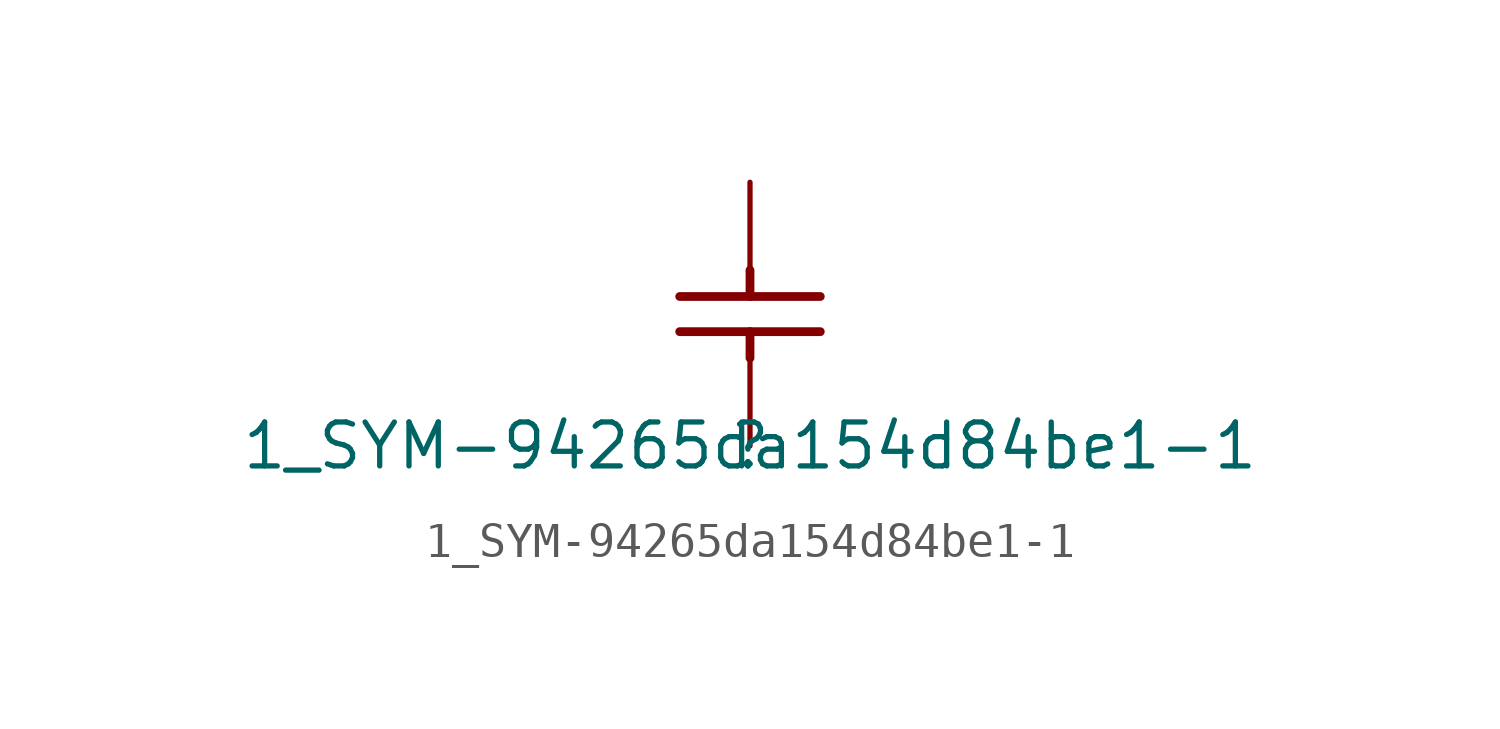
<source format=kicad_sym>
(kicad_symbol_lib
  (version 20241209)
  (generator "kicad_symbol_editor")
  (generator_version "9.0")
  (symbol "1_SYM-94265da154d84be1-1"
    (property "Reference" ""
      (at 0 0 0)
      (effects (font (size 1.27 1.27))))
    (property "Value" "1_SYM-94265da154d84be1-1"
      (at 0 0 0)
      (effects (font (size 1.27 1.27))))
    (symbol "1_SYM-94265da154d84be1-1_1_0"
      (polyline (pts (xy -2.032 4.318) (xy 2.032 4.318)) (stroke (width 0.254) (type default)) (fill (type none)))
      (polyline (pts (xy 0 5.08) (xy 0 4.318)) (stroke (width 0.254) (type default)) (fill (type none)))
      (polyline (pts (xy 0 2.54) (xy 0 3.302)) (stroke (width 0.254) (type default)) (fill (type none)))
      (polyline (pts (xy 2.032 3.302) (xy -2.032 3.302)) (stroke (width 0.254) (type default)) (fill (type none)))
      (pin passive line (at 0 7.62 270) (length 2.54) (name "2" (effects (font (size 0 0)))) (number "2" (effects (font (size 0 0)))))
      (pin passive line (at 0 0 90) (length 2.54) (name "1" (effects (font (size 0 0)))) (number "1" (effects (font (size 0 0))))))))
</source>
